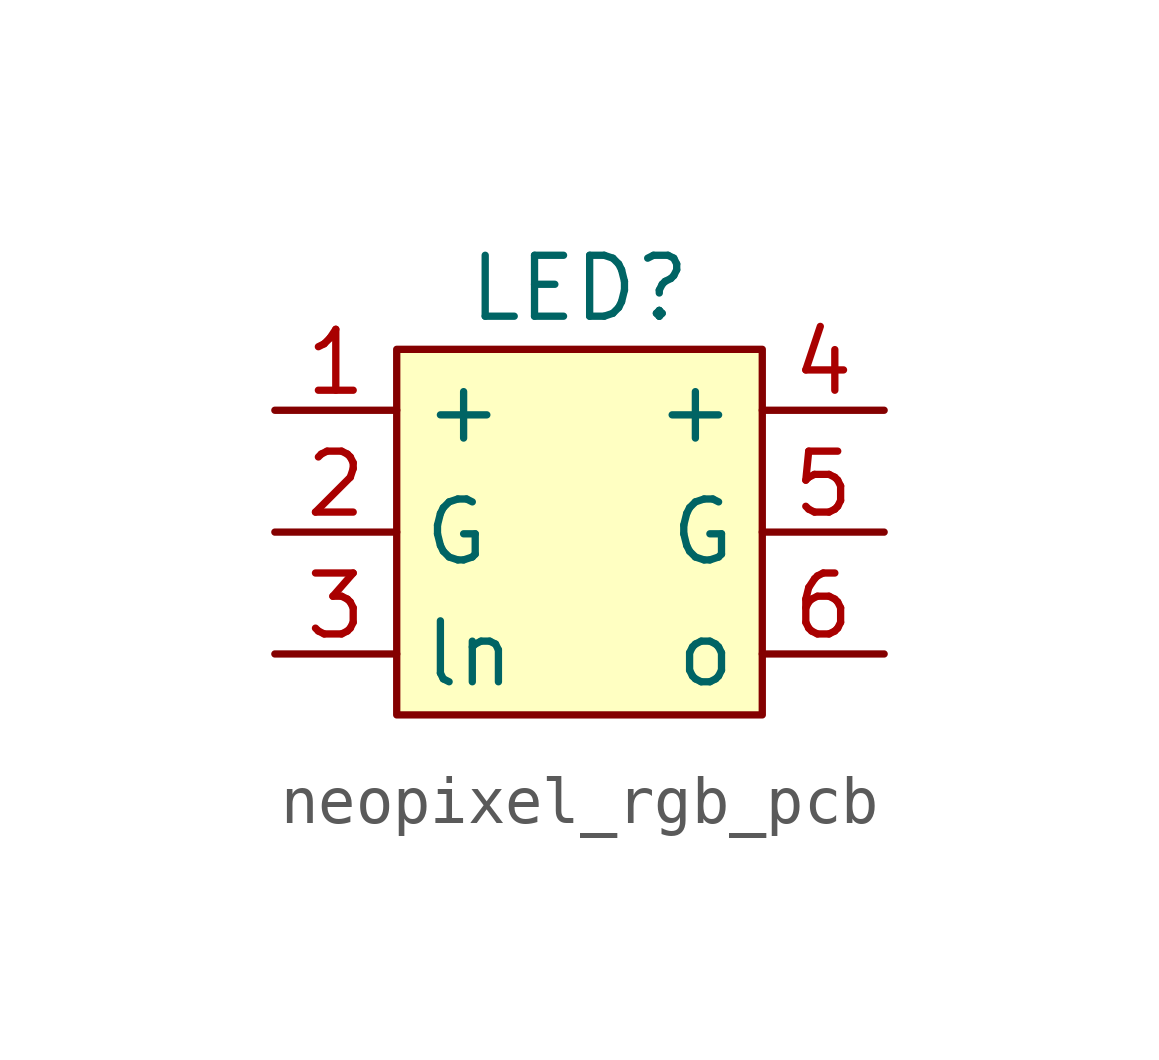
<source format=kicad_sym>
(kicad_symbol_lib
  (version 20231120)
  (generator "kicad_symbol_editor")
  (generator_version "8.0")
  (symbol "neopixel_rgb_pcb"
    (property "Reference" "LED"
      (at 0 0 0)
      (effects (font (size 1.27 1.27))))
    (property "Value" ""
      (at 0 0 0)
      (effects (font (size 1.27 1.27))))
    (symbol "neopixel_rgb_pcb_1_1"
      (rectangle (start -3.81 -1.27) (end 3.81 -8.89) (stroke (width 0) (type default) (color 132 0 0 1)) (fill (type color) (color 255 255 194 1)))
      (pin bidirectional line (at -6.35 -2.54 0) (length 2.54) (name "+" (effects (font (size 1.27 1.27)))) (number "1" (effects (font (size 1.27 1.27)))))
      (pin bidirectional line (at -6.35 -5.08 0) (length 2.54) (name "G" (effects (font (size 1.27 1.27)))) (number "2" (effects (font (size 1.27 1.27)))))
      (pin input line (at -6.35 -7.62 0) (length 2.54) (name "ln" (effects (font (size 1.27 1.27)))) (number "3" (effects (font (size 1.27 1.27)))))
      (pin bidirectional line (at 6.35 -2.54 180) (length 2.54) (name "+" (effects (font (size 1.27 1.27)))) (number "4" (effects (font (size 1.27 1.27)))))
      (pin bidirectional line (at 6.35 -5.08 180) (length 2.54) (name "G" (effects (font (size 1.27 1.27)))) (number "5" (effects (font (size 1.27 1.27)))))
      (pin output line (at 6.35 -7.62 180) (length 2.54) (name "o" (effects (font (size 1.27 1.27)))) (number "6" (effects (font (size 1.27 1.27))))))))
</source>
